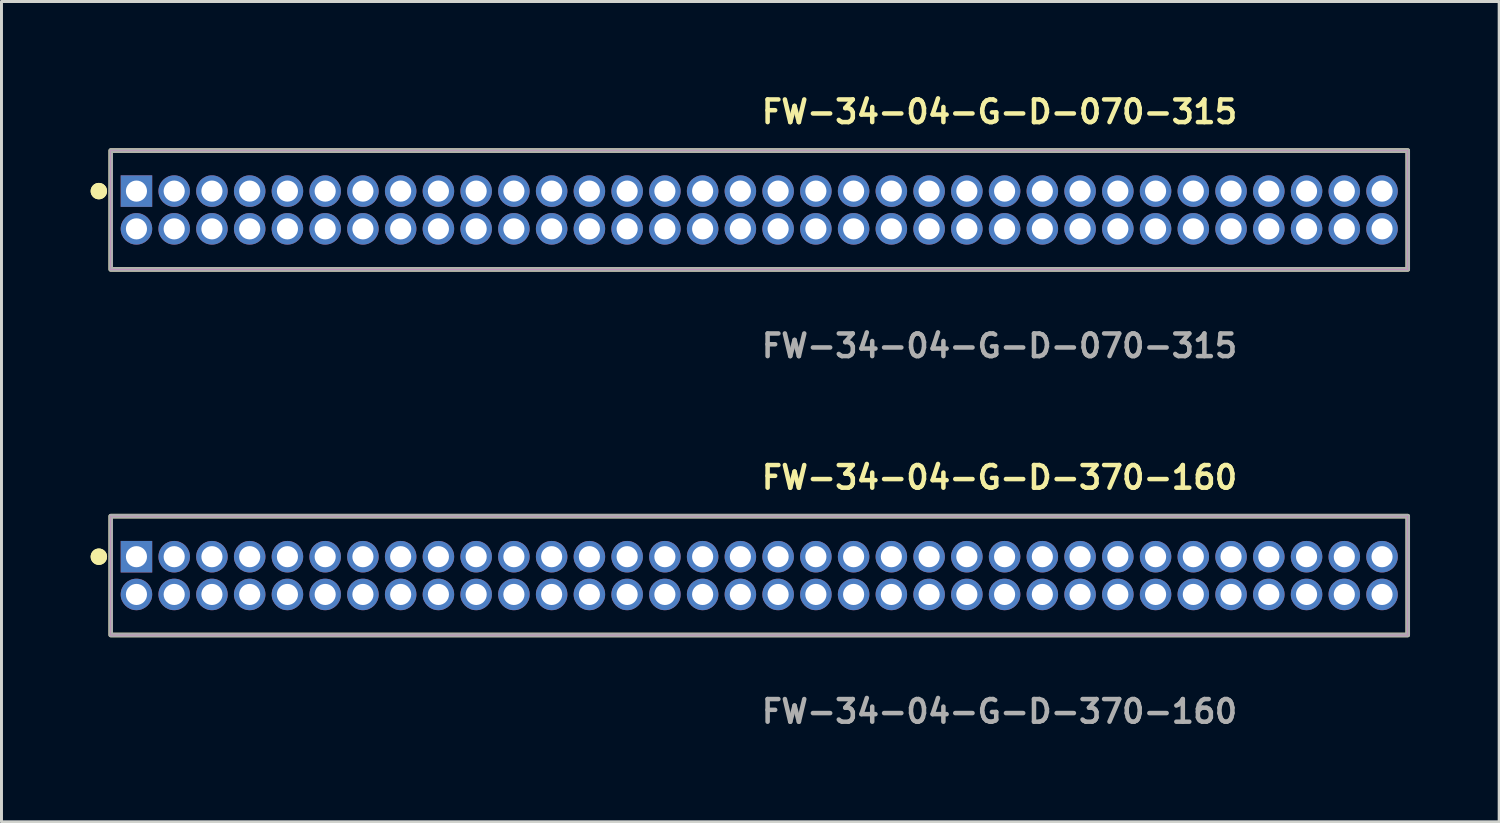
<source format=kicad_pcb>
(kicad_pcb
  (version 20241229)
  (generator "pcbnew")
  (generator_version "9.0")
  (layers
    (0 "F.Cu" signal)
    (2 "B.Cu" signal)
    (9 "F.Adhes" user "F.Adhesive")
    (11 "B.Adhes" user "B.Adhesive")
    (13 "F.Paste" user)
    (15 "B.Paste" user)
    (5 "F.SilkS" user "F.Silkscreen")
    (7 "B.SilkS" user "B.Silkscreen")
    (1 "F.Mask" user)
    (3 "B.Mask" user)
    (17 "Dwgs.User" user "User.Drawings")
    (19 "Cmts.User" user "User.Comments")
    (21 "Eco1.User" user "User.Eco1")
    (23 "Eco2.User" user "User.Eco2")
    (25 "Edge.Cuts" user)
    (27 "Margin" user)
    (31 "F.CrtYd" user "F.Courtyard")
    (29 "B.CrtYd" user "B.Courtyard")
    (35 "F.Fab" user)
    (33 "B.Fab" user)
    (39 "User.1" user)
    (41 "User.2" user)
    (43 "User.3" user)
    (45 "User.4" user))
  (footprint "FW-34-04-G-D-370-160"
    (layer "F.Cu")
    (at 22.496 16.316)
    (property "Reference" "FW-34-04-G-D-370-160" (at 0 -3.302 0) (unlocked yes) (layer "F.SilkS") (effects (font (size 0.762 0.762) (thickness 0.152)) (justify left)))
    (fp_rect (start -21.82 2) (end 21.82 -2) (stroke (width 0.152) (type solid)) (fill no) (layer "F.SilkS"))
    (fp_circle (center -22.22 -0.635) (end -22.42 -0.635) (stroke (width 0.152) (type solid)) (fill yes) (layer "F.SilkS"))
    (fp_circle (center -22.22 -0.635) (end -22.42 -0.635) (stroke (width 0.152) (type solid)) (fill yes) (layer "F.SilkS"))
    (fp_rect (start -21.82 2) (end 21.82 -2) (stroke (width 0.006) (type solid)) (fill no) (layer "F.CrtYd"))
    (fp_rect (start -21.82 2) (end 21.82 -2) (stroke (width 0.152) (type solid)) (fill no) (layer "F.Fab"))
    (fp_text user "${REFERENCE}" (at 0 4.572 0) (unlocked yes) (layer "F.Fab") (effects (font (size 0.762 0.762) (thickness 0.152)) (justify left)))
    (pad "1" thru_hole rect (at -20.955 -0.635) (size 1.06 1.06) (drill 0.71) (layers "*.Cu" "*.Mask"))
    (pad "2" thru_hole circle (at -20.955 0.635) (size 1.06 1.06) (drill 0.71) (layers "*.Cu" "*.Mask"))
    (pad "3" thru_hole circle (at -19.685 -0.635) (size 1.06 1.06) (drill 0.71) (layers "*.Cu" "*.Mask"))
    (pad "4" thru_hole circle (at -19.685 0.635) (size 1.06 1.06) (drill 0.71) (layers "*.Cu" "*.Mask"))
    (pad "5" thru_hole circle (at -18.415 -0.635) (size 1.06 1.06) (drill 0.71) (layers "*.Cu" "*.Mask"))
    (pad "6" thru_hole circle (at -18.415 0.635) (size 1.06 1.06) (drill 0.71) (layers "*.Cu" "*.Mask"))
    (pad "7" thru_hole circle (at -17.145 -0.635) (size 1.06 1.06) (drill 0.71) (layers "*.Cu" "*.Mask"))
    (pad "8" thru_hole circle (at -17.145 0.635) (size 1.06 1.06) (drill 0.71) (layers "*.Cu" "*.Mask"))
    (pad "9" thru_hole circle (at -15.875 -0.635) (size 1.06 1.06) (drill 0.71) (layers "*.Cu" "*.Mask"))
    (pad "10" thru_hole circle (at -15.875 0.635) (size 1.06 1.06) (drill 0.71) (layers "*.Cu" "*.Mask"))
    (pad "11" thru_hole circle (at -14.605 -0.635) (size 1.06 1.06) (drill 0.71) (layers "*.Cu" "*.Mask"))
    (pad "12" thru_hole circle (at -14.605 0.635) (size 1.06 1.06) (drill 0.71) (layers "*.Cu" "*.Mask"))
    (pad "13" thru_hole circle (at -13.335 -0.635) (size 1.06 1.06) (drill 0.71) (layers "*.Cu" "*.Mask"))
    (pad "14" thru_hole circle (at -13.335 0.635) (size 1.06 1.06) (drill 0.71) (layers "*.Cu" "*.Mask"))
    (pad "15" thru_hole circle (at -12.065 -0.635) (size 1.06 1.06) (drill 0.71) (layers "*.Cu" "*.Mask"))
    (pad "16" thru_hole circle (at -12.065 0.635) (size 1.06 1.06) (drill 0.71) (layers "*.Cu" "*.Mask"))
    (pad "17" thru_hole circle (at -10.795 -0.635) (size 1.06 1.06) (drill 0.71) (layers "*.Cu" "*.Mask"))
    (pad "18" thru_hole circle (at -10.795 0.635) (size 1.06 1.06) (drill 0.71) (layers "*.Cu" "*.Mask"))
    (pad "19" thru_hole circle (at -9.525 -0.635) (size 1.06 1.06) (drill 0.71) (layers "*.Cu" "*.Mask"))
    (pad "20" thru_hole circle (at -9.525 0.635) (size 1.06 1.06) (drill 0.71) (layers "*.Cu" "*.Mask"))
    (pad "21" thru_hole circle (at -8.255 -0.635) (size 1.06 1.06) (drill 0.71) (layers "*.Cu" "*.Mask"))
    (pad "22" thru_hole circle (at -8.255 0.635) (size 1.06 1.06) (drill 0.71) (layers "*.Cu" "*.Mask"))
    (pad "23" thru_hole circle (at -6.985 -0.635) (size 1.06 1.06) (drill 0.71) (layers "*.Cu" "*.Mask"))
    (pad "24" thru_hole circle (at -6.985 0.635) (size 1.06 1.06) (drill 0.71) (layers "*.Cu" "*.Mask"))
    (pad "25" thru_hole circle (at -5.715 -0.635) (size 1.06 1.06) (drill 0.71) (layers "*.Cu" "*.Mask"))
    (pad "26" thru_hole circle (at -5.715 0.635) (size 1.06 1.06) (drill 0.71) (layers "*.Cu" "*.Mask"))
    (pad "27" thru_hole circle (at -4.445 -0.635) (size 1.06 1.06) (drill 0.71) (layers "*.Cu" "*.Mask"))
    (pad "28" thru_hole circle (at -4.445 0.635) (size 1.06 1.06) (drill 0.71) (layers "*.Cu" "*.Mask"))
    (pad "29" thru_hole circle (at -3.175 -0.635) (size 1.06 1.06) (drill 0.71) (layers "*.Cu" "*.Mask"))
    (pad "30" thru_hole circle (at -3.175 0.635) (size 1.06 1.06) (drill 0.71) (layers "*.Cu" "*.Mask"))
    (pad "31" thru_hole circle (at -1.905 -0.635) (size 1.06 1.06) (drill 0.71) (layers "*.Cu" "*.Mask"))
    (pad "32" thru_hole circle (at -1.905 0.635) (size 1.06 1.06) (drill 0.71) (layers "*.Cu" "*.Mask"))
    (pad "33" thru_hole circle (at -0.635 -0.635) (size 1.06 1.06) (drill 0.71) (layers "*.Cu" "*.Mask"))
    (pad "34" thru_hole circle (at -0.635 0.635) (size 1.06 1.06) (drill 0.71) (layers "*.Cu" "*.Mask"))
    (pad "35" thru_hole circle (at 0.635 -0.635) (size 1.06 1.06) (drill 0.71) (layers "*.Cu" "*.Mask"))
    (pad "36" thru_hole circle (at 0.635 0.635) (size 1.06 1.06) (drill 0.71) (layers "*.Cu" "*.Mask"))
    (pad "37" thru_hole circle (at 1.905 -0.635) (size 1.06 1.06) (drill 0.71) (layers "*.Cu" "*.Mask"))
    (pad "38" thru_hole circle (at 1.905 0.635) (size 1.06 1.06) (drill 0.71) (layers "*.Cu" "*.Mask"))
    (pad "39" thru_hole circle (at 3.175 -0.635) (size 1.06 1.06) (drill 0.71) (layers "*.Cu" "*.Mask"))
    (pad "40" thru_hole circle (at 3.175 0.635) (size 1.06 1.06) (drill 0.71) (layers "*.Cu" "*.Mask"))
    (pad "41" thru_hole circle (at 4.445 -0.635) (size 1.06 1.06) (drill 0.71) (layers "*.Cu" "*.Mask"))
    (pad "42" thru_hole circle (at 4.445 0.635) (size 1.06 1.06) (drill 0.71) (layers "*.Cu" "*.Mask"))
    (pad "43" thru_hole circle (at 5.715 -0.635) (size 1.06 1.06) (drill 0.71) (layers "*.Cu" "*.Mask"))
    (pad "44" thru_hole circle (at 5.715 0.635) (size 1.06 1.06) (drill 0.71) (layers "*.Cu" "*.Mask"))
    (pad "45" thru_hole circle (at 6.985 -0.635) (size 1.06 1.06) (drill 0.71) (layers "*.Cu" "*.Mask"))
    (pad "46" thru_hole circle (at 6.985 0.635) (size 1.06 1.06) (drill 0.71) (layers "*.Cu" "*.Mask"))
    (pad "47" thru_hole circle (at 8.255 -0.635) (size 1.06 1.06) (drill 0.71) (layers "*.Cu" "*.Mask"))
    (pad "48" thru_hole circle (at 8.255 0.635) (size 1.06 1.06) (drill 0.71) (layers "*.Cu" "*.Mask"))
    (pad "49" thru_hole circle (at 9.525 -0.635) (size 1.06 1.06) (drill 0.71) (layers "*.Cu" "*.Mask"))
    (pad "50" thru_hole circle (at 9.525 0.635) (size 1.06 1.06) (drill 0.71) (layers "*.Cu" "*.Mask"))
    (pad "51" thru_hole circle (at 10.795 -0.635) (size 1.06 1.06) (drill 0.71) (layers "*.Cu" "*.Mask"))
    (pad "52" thru_hole circle (at 10.795 0.635) (size 1.06 1.06) (drill 0.71) (layers "*.Cu" "*.Mask"))
    (pad "53" thru_hole circle (at 12.065 -0.635) (size 1.06 1.06) (drill 0.71) (layers "*.Cu" "*.Mask"))
    (pad "54" thru_hole circle (at 12.065 0.635) (size 1.06 1.06) (drill 0.71) (layers "*.Cu" "*.Mask"))
    (pad "55" thru_hole circle (at 13.335 -0.635) (size 1.06 1.06) (drill 0.71) (layers "*.Cu" "*.Mask"))
    (pad "56" thru_hole circle (at 13.335 0.635) (size 1.06 1.06) (drill 0.71) (layers "*.Cu" "*.Mask"))
    (pad "57" thru_hole circle (at 14.605 -0.635) (size 1.06 1.06) (drill 0.71) (layers "*.Cu" "*.Mask"))
    (pad "58" thru_hole circle (at 14.605 0.635) (size 1.06 1.06) (drill 0.71) (layers "*.Cu" "*.Mask"))
    (pad "59" thru_hole circle (at 15.875 -0.635) (size 1.06 1.06) (drill 0.71) (layers "*.Cu" "*.Mask"))
    (pad "60" thru_hole circle (at 15.875 0.635) (size 1.06 1.06) (drill 0.71) (layers "*.Cu" "*.Mask"))
    (pad "61" thru_hole circle (at 17.145 -0.635) (size 1.06 1.06) (drill 0.71) (layers "*.Cu" "*.Mask"))
    (pad "62" thru_hole circle (at 17.145 0.635) (size 1.06 1.06) (drill 0.71) (layers "*.Cu" "*.Mask"))
    (pad "63" thru_hole circle (at 18.415 -0.635) (size 1.06 1.06) (drill 0.71) (layers "*.Cu" "*.Mask"))
    (pad "64" thru_hole circle (at 18.415 0.635) (size 1.06 1.06) (drill 0.71) (layers "*.Cu" "*.Mask"))
    (pad "65" thru_hole circle (at 19.685 -0.635) (size 1.06 1.06) (drill 0.71) (layers "*.Cu" "*.Mask"))
    (pad "66" thru_hole circle (at 19.685 0.635) (size 1.06 1.06) (drill 0.71) (layers "*.Cu" "*.Mask"))
    (pad "67" thru_hole circle (at 20.955 -0.635) (size 1.06 1.06) (drill 0.71) (layers "*.Cu" "*.Mask"))
    (pad "68" thru_hole circle (at 20.955 0.635) (size 1.06 1.06) (drill 0.71) (layers "*.Cu" "*.Mask")))
  (footprint "FW-34-04-G-D-070-315"
    (layer "F.Cu")
    (at 22.496 4.015)
    (property "Reference" "FW-34-04-G-D-070-315" (at 0 -3.302 0) (unlocked yes) (layer "F.SilkS") (effects (font (size 0.762 0.762) (thickness 0.152)) (justify left)))
    (fp_rect (start -21.82 2) (end 21.82 -2) (stroke (width 0.152) (type solid)) (fill no) (layer "F.SilkS"))
    (fp_circle (center -22.22 -0.635) (end -22.42 -0.635) (stroke (width 0.152) (type solid)) (fill yes) (layer "F.SilkS"))
    (fp_circle (center -22.22 -0.635) (end -22.42 -0.635) (stroke (width 0.152) (type solid)) (fill yes) (layer "F.SilkS"))
    (fp_rect (start -21.82 2) (end 21.82 -2) (stroke (width 0.006) (type solid)) (fill no) (layer "F.CrtYd"))
    (fp_rect (start -21.82 2) (end 21.82 -2) (stroke (width 0.152) (type solid)) (fill no) (layer "F.Fab"))
    (fp_text user "${REFERENCE}" (at 0 4.572 0) (unlocked yes) (layer "F.Fab") (effects (font (size 0.762 0.762) (thickness 0.152)) (justify left)))
    (pad "1" thru_hole rect (at -20.955 -0.635) (size 1.06 1.06) (drill 0.71) (layers "*.Cu" "*.Mask"))
    (pad "2" thru_hole circle (at -20.955 0.635) (size 1.06 1.06) (drill 0.71) (layers "*.Cu" "*.Mask"))
    (pad "3" thru_hole circle (at -19.685 -0.635) (size 1.06 1.06) (drill 0.71) (layers "*.Cu" "*.Mask"))
    (pad "4" thru_hole circle (at -19.685 0.635) (size 1.06 1.06) (drill 0.71) (layers "*.Cu" "*.Mask"))
    (pad "5" thru_hole circle (at -18.415 -0.635) (size 1.06 1.06) (drill 0.71) (layers "*.Cu" "*.Mask"))
    (pad "6" thru_hole circle (at -18.415 0.635) (size 1.06 1.06) (drill 0.71) (layers "*.Cu" "*.Mask"))
    (pad "7" thru_hole circle (at -17.145 -0.635) (size 1.06 1.06) (drill 0.71) (layers "*.Cu" "*.Mask"))
    (pad "8" thru_hole circle (at -17.145 0.635) (size 1.06 1.06) (drill 0.71) (layers "*.Cu" "*.Mask"))
    (pad "9" thru_hole circle (at -15.875 -0.635) (size 1.06 1.06) (drill 0.71) (layers "*.Cu" "*.Mask"))
    (pad "10" thru_hole circle (at -15.875 0.635) (size 1.06 1.06) (drill 0.71) (layers "*.Cu" "*.Mask"))
    (pad "11" thru_hole circle (at -14.605 -0.635) (size 1.06 1.06) (drill 0.71) (layers "*.Cu" "*.Mask"))
    (pad "12" thru_hole circle (at -14.605 0.635) (size 1.06 1.06) (drill 0.71) (layers "*.Cu" "*.Mask"))
    (pad "13" thru_hole circle (at -13.335 -0.635) (size 1.06 1.06) (drill 0.71) (layers "*.Cu" "*.Mask"))
    (pad "14" thru_hole circle (at -13.335 0.635) (size 1.06 1.06) (drill 0.71) (layers "*.Cu" "*.Mask"))
    (pad "15" thru_hole circle (at -12.065 -0.635) (size 1.06 1.06) (drill 0.71) (layers "*.Cu" "*.Mask"))
    (pad "16" thru_hole circle (at -12.065 0.635) (size 1.06 1.06) (drill 0.71) (layers "*.Cu" "*.Mask"))
    (pad "17" thru_hole circle (at -10.795 -0.635) (size 1.06 1.06) (drill 0.71) (layers "*.Cu" "*.Mask"))
    (pad "18" thru_hole circle (at -10.795 0.635) (size 1.06 1.06) (drill 0.71) (layers "*.Cu" "*.Mask"))
    (pad "19" thru_hole circle (at -9.525 -0.635) (size 1.06 1.06) (drill 0.71) (layers "*.Cu" "*.Mask"))
    (pad "20" thru_hole circle (at -9.525 0.635) (size 1.06 1.06) (drill 0.71) (layers "*.Cu" "*.Mask"))
    (pad "21" thru_hole circle (at -8.255 -0.635) (size 1.06 1.06) (drill 0.71) (layers "*.Cu" "*.Mask"))
    (pad "22" thru_hole circle (at -8.255 0.635) (size 1.06 1.06) (drill 0.71) (layers "*.Cu" "*.Mask"))
    (pad "23" thru_hole circle (at -6.985 -0.635) (size 1.06 1.06) (drill 0.71) (layers "*.Cu" "*.Mask"))
    (pad "24" thru_hole circle (at -6.985 0.635) (size 1.06 1.06) (drill 0.71) (layers "*.Cu" "*.Mask"))
    (pad "25" thru_hole circle (at -5.715 -0.635) (size 1.06 1.06) (drill 0.71) (layers "*.Cu" "*.Mask"))
    (pad "26" thru_hole circle (at -5.715 0.635) (size 1.06 1.06) (drill 0.71) (layers "*.Cu" "*.Mask"))
    (pad "27" thru_hole circle (at -4.445 -0.635) (size 1.06 1.06) (drill 0.71) (layers "*.Cu" "*.Mask"))
    (pad "28" thru_hole circle (at -4.445 0.635) (size 1.06 1.06) (drill 0.71) (layers "*.Cu" "*.Mask"))
    (pad "29" thru_hole circle (at -3.175 -0.635) (size 1.06 1.06) (drill 0.71) (layers "*.Cu" "*.Mask"))
    (pad "30" thru_hole circle (at -3.175 0.635) (size 1.06 1.06) (drill 0.71) (layers "*.Cu" "*.Mask"))
    (pad "31" thru_hole circle (at -1.905 -0.635) (size 1.06 1.06) (drill 0.71) (layers "*.Cu" "*.Mask"))
    (pad "32" thru_hole circle (at -1.905 0.635) (size 1.06 1.06) (drill 0.71) (layers "*.Cu" "*.Mask"))
    (pad "33" thru_hole circle (at -0.635 -0.635) (size 1.06 1.06) (drill 0.71) (layers "*.Cu" "*.Mask"))
    (pad "34" thru_hole circle (at -0.635 0.635) (size 1.06 1.06) (drill 0.71) (layers "*.Cu" "*.Mask"))
    (pad "35" thru_hole circle (at 0.635 -0.635) (size 1.06 1.06) (drill 0.71) (layers "*.Cu" "*.Mask"))
    (pad "36" thru_hole circle (at 0.635 0.635) (size 1.06 1.06) (drill 0.71) (layers "*.Cu" "*.Mask"))
    (pad "37" thru_hole circle (at 1.905 -0.635) (size 1.06 1.06) (drill 0.71) (layers "*.Cu" "*.Mask"))
    (pad "38" thru_hole circle (at 1.905 0.635) (size 1.06 1.06) (drill 0.71) (layers "*.Cu" "*.Mask"))
    (pad "39" thru_hole circle (at 3.175 -0.635) (size 1.06 1.06) (drill 0.71) (layers "*.Cu" "*.Mask"))
    (pad "40" thru_hole circle (at 3.175 0.635) (size 1.06 1.06) (drill 0.71) (layers "*.Cu" "*.Mask"))
    (pad "41" thru_hole circle (at 4.445 -0.635) (size 1.06 1.06) (drill 0.71) (layers "*.Cu" "*.Mask"))
    (pad "42" thru_hole circle (at 4.445 0.635) (size 1.06 1.06) (drill 0.71) (layers "*.Cu" "*.Mask"))
    (pad "43" thru_hole circle (at 5.715 -0.635) (size 1.06 1.06) (drill 0.71) (layers "*.Cu" "*.Mask"))
    (pad "44" thru_hole circle (at 5.715 0.635) (size 1.06 1.06) (drill 0.71) (layers "*.Cu" "*.Mask"))
    (pad "45" thru_hole circle (at 6.985 -0.635) (size 1.06 1.06) (drill 0.71) (layers "*.Cu" "*.Mask"))
    (pad "46" thru_hole circle (at 6.985 0.635) (size 1.06 1.06) (drill 0.71) (layers "*.Cu" "*.Mask"))
    (pad "47" thru_hole circle (at 8.255 -0.635) (size 1.06 1.06) (drill 0.71) (layers "*.Cu" "*.Mask"))
    (pad "48" thru_hole circle (at 8.255 0.635) (size 1.06 1.06) (drill 0.71) (layers "*.Cu" "*.Mask"))
    (pad "49" thru_hole circle (at 9.525 -0.635) (size 1.06 1.06) (drill 0.71) (layers "*.Cu" "*.Mask"))
    (pad "50" thru_hole circle (at 9.525 0.635) (size 1.06 1.06) (drill 0.71) (layers "*.Cu" "*.Mask"))
    (pad "51" thru_hole circle (at 10.795 -0.635) (size 1.06 1.06) (drill 0.71) (layers "*.Cu" "*.Mask"))
    (pad "52" thru_hole circle (at 10.795 0.635) (size 1.06 1.06) (drill 0.71) (layers "*.Cu" "*.Mask"))
    (pad "53" thru_hole circle (at 12.065 -0.635) (size 1.06 1.06) (drill 0.71) (layers "*.Cu" "*.Mask"))
    (pad "54" thru_hole circle (at 12.065 0.635) (size 1.06 1.06) (drill 0.71) (layers "*.Cu" "*.Mask"))
    (pad "55" thru_hole circle (at 13.335 -0.635) (size 1.06 1.06) (drill 0.71) (layers "*.Cu" "*.Mask"))
    (pad "56" thru_hole circle (at 13.335 0.635) (size 1.06 1.06) (drill 0.71) (layers "*.Cu" "*.Mask"))
    (pad "57" thru_hole circle (at 14.605 -0.635) (size 1.06 1.06) (drill 0.71) (layers "*.Cu" "*.Mask"))
    (pad "58" thru_hole circle (at 14.605 0.635) (size 1.06 1.06) (drill 0.71) (layers "*.Cu" "*.Mask"))
    (pad "59" thru_hole circle (at 15.875 -0.635) (size 1.06 1.06) (drill 0.71) (layers "*.Cu" "*.Mask"))
    (pad "60" thru_hole circle (at 15.875 0.635) (size 1.06 1.06) (drill 0.71) (layers "*.Cu" "*.Mask"))
    (pad "61" thru_hole circle (at 17.145 -0.635) (size 1.06 1.06) (drill 0.71) (layers "*.Cu" "*.Mask"))
    (pad "62" thru_hole circle (at 17.145 0.635) (size 1.06 1.06) (drill 0.71) (layers "*.Cu" "*.Mask"))
    (pad "63" thru_hole circle (at 18.415 -0.635) (size 1.06 1.06) (drill 0.71) (layers "*.Cu" "*.Mask"))
    (pad "64" thru_hole circle (at 18.415 0.635) (size 1.06 1.06) (drill 0.71) (layers "*.Cu" "*.Mask"))
    (pad "65" thru_hole circle (at 19.685 -0.635) (size 1.06 1.06) (drill 0.71) (layers "*.Cu" "*.Mask"))
    (pad "66" thru_hole circle (at 19.685 0.635) (size 1.06 1.06) (drill 0.71) (layers "*.Cu" "*.Mask"))
    (pad "67" thru_hole circle (at 20.955 -0.635) (size 1.06 1.06) (drill 0.71) (layers "*.Cu" "*.Mask"))
    (pad "68" thru_hole circle (at 20.955 0.635) (size 1.06 1.06) (drill 0.71) (layers "*.Cu" "*.Mask")))
  (gr_rect
    (start -3 -3)
    (end 47.392 24.601)
    (stroke (width 0.1) (type default))
    (fill no)
    (layer "Edge.Cuts")))
</source>
